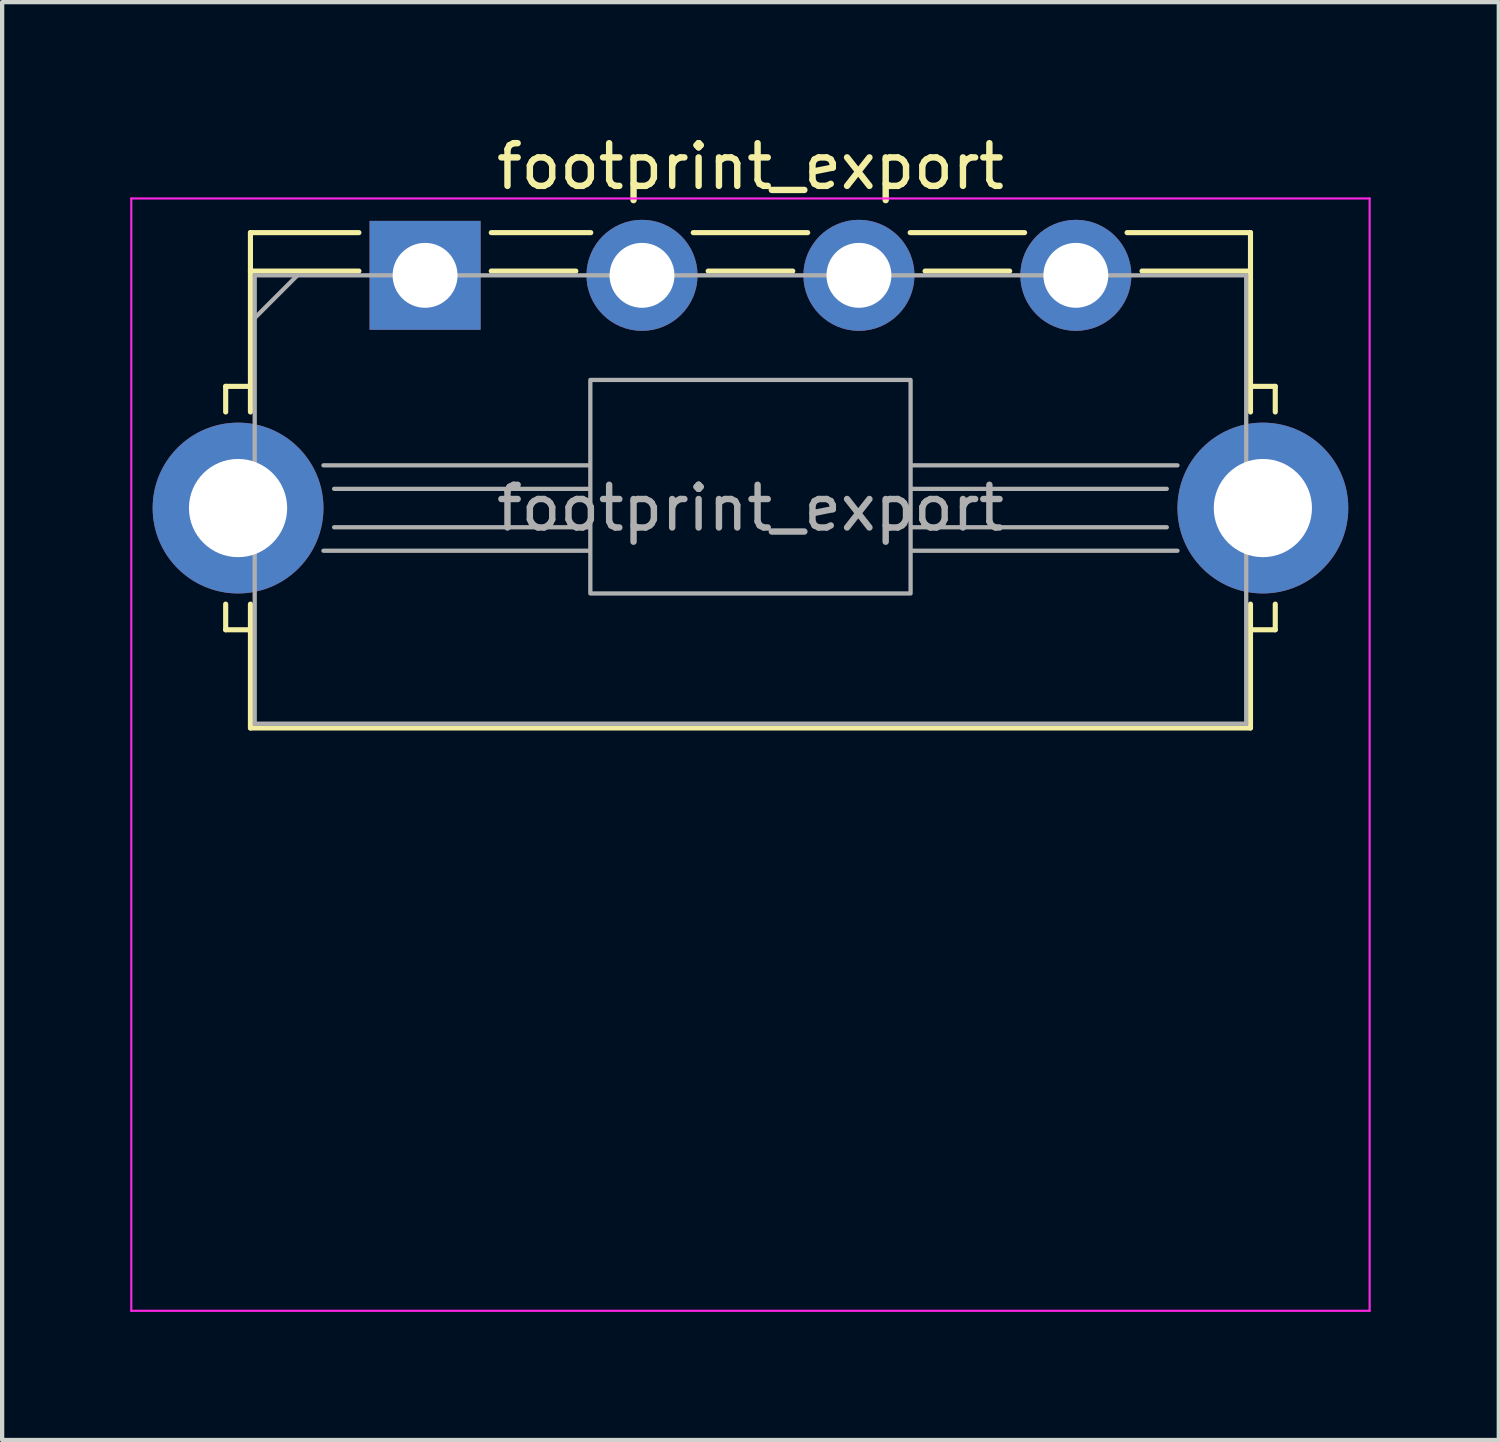
<source format=kicad_pcb>
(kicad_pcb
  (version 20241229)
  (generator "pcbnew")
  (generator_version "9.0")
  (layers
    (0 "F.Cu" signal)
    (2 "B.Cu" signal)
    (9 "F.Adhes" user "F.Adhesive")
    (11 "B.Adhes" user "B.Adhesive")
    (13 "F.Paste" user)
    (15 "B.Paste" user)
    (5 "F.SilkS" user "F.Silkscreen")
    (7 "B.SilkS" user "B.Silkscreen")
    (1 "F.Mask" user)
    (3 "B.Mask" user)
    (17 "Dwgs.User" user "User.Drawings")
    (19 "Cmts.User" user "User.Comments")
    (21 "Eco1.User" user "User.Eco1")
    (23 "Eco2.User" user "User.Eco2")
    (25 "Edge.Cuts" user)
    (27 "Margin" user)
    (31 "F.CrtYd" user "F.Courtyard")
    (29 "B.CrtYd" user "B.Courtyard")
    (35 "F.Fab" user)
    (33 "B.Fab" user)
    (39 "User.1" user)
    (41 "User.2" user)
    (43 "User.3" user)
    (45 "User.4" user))
  (footprint "footprint_export"
    (layer "F.Cu")
    (at 6.905 3.398)
    (property "Reference" "footprint_export" (at 7.62 -2.55 180) (layer "F.SilkS") (effects (font (size 1 1) (thickness 0.15))))
    (attr through_hole)
    (fp_line (start -4.67 2.6) (end -4.67 3.2) (stroke (width 0.12) (type solid)) (layer "F.SilkS"))
    (fp_line (start -4.67 2.6) (end -4.09 2.6) (stroke (width 0.12) (type solid)) (layer "F.SilkS"))
    (fp_line (start -4.67 8.3) (end -4.67 7.7) (stroke (width 0.12) (type solid)) (layer "F.SilkS"))
    (fp_line (start -4.67 8.3) (end -4.09 8.3) (stroke (width 0.12) (type solid)) (layer "F.SilkS"))
    (fp_line (start -4.09 -1) (end -4.09 3.2) (stroke (width 0.12) (type solid)) (layer "F.SilkS"))
    (fp_line (start -4.09 10.6) (end -4.09 7.7) (stroke (width 0.12) (type solid)) (layer "F.SilkS"))
    (fp_line (start -1.55 -1) (end -4.09 -1) (stroke (width 0.12) (type solid)) (layer "F.SilkS"))
    (fp_line (start -1.55 -0.1) (end -4.09 -0.1) (stroke (width 0.12) (type solid)) (layer "F.SilkS"))
    (fp_line (start 1.55 -1) (end 3.88 -1) (stroke (width 0.12) (type solid)) (layer "F.SilkS"))
    (fp_line (start 3.53 -0.1) (end 1.55 -0.1) (stroke (width 0.12) (type solid)) (layer "F.SilkS"))
    (fp_line (start 6.28 -1) (end 8.96 -1) (stroke (width 0.12) (type solid)) (layer "F.SilkS"))
    (fp_line (start 8.61 -0.1) (end 6.63 -0.1) (stroke (width 0.12) (type solid)) (layer "F.SilkS"))
    (fp_line (start 11.36 -1) (end 14.04 -1) (stroke (width 0.12) (type solid)) (layer "F.SilkS"))
    (fp_line (start 13.69 -0.1) (end 11.71 -0.1) (stroke (width 0.12) (type solid)) (layer "F.SilkS"))
    (fp_line (start 19.33 -1) (end 16.44 -1) (stroke (width 0.12) (type solid)) (layer "F.SilkS"))
    (fp_line (start 19.33 -1) (end 19.33 3.2) (stroke (width 0.12) (type solid)) (layer "F.SilkS"))
    (fp_line (start 19.33 -0.1) (end 16.79 -0.1) (stroke (width 0.12) (type solid)) (layer "F.SilkS"))
    (fp_line (start 19.33 10.6) (end -4.09 10.6) (stroke (width 0.12) (type solid)) (layer "F.SilkS"))
    (fp_line (start 19.33 10.6) (end 19.33 7.7) (stroke (width 0.12) (type solid)) (layer "F.SilkS"))
    (fp_line (start 19.91 2.6) (end 19.33 2.6) (stroke (width 0.12) (type solid)) (layer "F.SilkS"))
    (fp_line (start 19.91 2.6) (end 19.91 3.2) (stroke (width 0.12) (type solid)) (layer "F.SilkS"))
    (fp_line (start 19.91 8.3) (end 19.33 8.3) (stroke (width 0.12) (type solid)) (layer "F.SilkS"))
    (fp_line (start 19.91 8.3) (end 19.91 7.7) (stroke (width 0.12) (type solid)) (layer "F.SilkS"))
    (fp_line (start -6.88 -1.8) (end -6.88 24.25) (stroke (width 0.05) (type solid)) (layer "F.CrtYd"))
    (fp_line (start -6.88 24.25) (end 22.12 24.25) (stroke (width 0.05) (type solid)) (layer "F.CrtYd"))
    (fp_line (start 22.12 -1.8) (end -6.88 -1.8) (stroke (width 0.05) (type solid)) (layer "F.CrtYd"))
    (fp_line (start 22.12 24.25) (end 22.12 -1.8) (stroke (width 0.05) (type solid)) (layer "F.CrtYd"))
    (fp_line (start -3.99 0) (end -3.99 10.5) (stroke (width 0.1) (type solid)) (layer "F.Fab"))
    (fp_line (start -3.99 10.5) (end 19.23 10.5) (stroke (width 0.1) (type solid)) (layer "F.Fab"))
    (fp_line (start -2.99 0) (end -3.99 1) (stroke (width 0.1) (type default)) (layer "F.Fab"))
    (fp_line (start -2.38 6.45) (end 3.84 6.45) (stroke (width 0.1) (type solid)) (layer "F.Fab"))
    (fp_line (start -2.13 5) (end 3.84 5) (stroke (width 0.1) (type solid)) (layer "F.Fab"))
    (fp_line (start 3.84 4.45) (end -2.38 4.45) (stroke (width 0.1) (type solid)) (layer "F.Fab"))
    (fp_line (start 3.84 5.9) (end -2.13 5.9) (stroke (width 0.1) (type solid)) (layer "F.Fab"))
    (fp_line (start 11.39 4.45) (end 17.62 4.45) (stroke (width 0.1) (type solid)) (layer "F.Fab"))
    (fp_line (start 11.39 5.9) (end 17.37 5.9) (stroke (width 0.1) (type solid)) (layer "F.Fab"))
    (fp_line (start 17.37 5) (end 11.39 5) (stroke (width 0.1) (type solid)) (layer "F.Fab"))
    (fp_line (start 17.62 6.45) (end 11.39 6.45) (stroke (width 0.1) (type solid)) (layer "F.Fab"))
    (fp_line (start 19.23 0) (end -3.99 0) (stroke (width 0.1) (type solid)) (layer "F.Fab"))
    (fp_line (start 19.23 10.5) (end 19.23 0) (stroke (width 0.1) (type solid)) (layer "F.Fab"))
    (fp_rect (start 3.87 2.45) (end 11.37 7.45) (stroke (width 0.1) (type default)) (fill no) (layer "F.Fab"))
    (fp_text user "${REFERENCE}" (at 7.62 5.45 180) (layer "F.Fab") (effects (font (size 1 1) (thickness 0.15))))
    (pad "1" thru_hole rect (at 0 0 180) (size 2.6 2.55) (drill 1.52) (layers "*.Cu" "*.Mask"))
    (pad "2" thru_hole circle (at 5.08 0 180) (size 2.6 2.6) (drill 1.52) (layers "*.Cu" "*.Mask"))
    (pad "3" thru_hole circle (at 10.16 0 180) (size 2.6 2.6) (drill 1.52) (layers "*.Cu" "*.Mask"))
    (pad "4" thru_hole circle (at 15.24 0 180) (size 2.6 2.6) (drill 1.52) (layers "*.Cu" "*.Mask"))
    (pad "5" thru_hole circle (at -4.38 5.45 180) (size 4 4) (drill 2.3) (layers "*.Cu" "*.Mask"))
    (pad "5" thru_hole circle (at 19.62 5.45 180) (size 4 4) (drill 2.3) (layers "*.Cu" "*.Mask")))
  (gr_rect
    (start -3 -3)
    (end 32.05 30.673)
    (stroke (width 0.1) (type default))
    (fill no)
    (layer "Edge.Cuts")))
</source>
